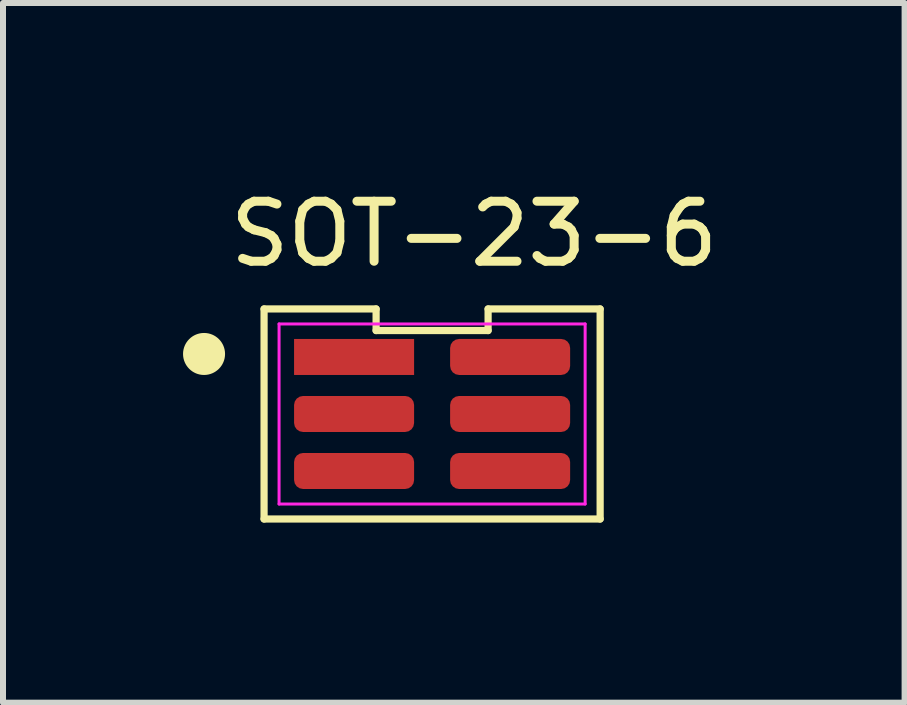
<source format=kicad_pcb>
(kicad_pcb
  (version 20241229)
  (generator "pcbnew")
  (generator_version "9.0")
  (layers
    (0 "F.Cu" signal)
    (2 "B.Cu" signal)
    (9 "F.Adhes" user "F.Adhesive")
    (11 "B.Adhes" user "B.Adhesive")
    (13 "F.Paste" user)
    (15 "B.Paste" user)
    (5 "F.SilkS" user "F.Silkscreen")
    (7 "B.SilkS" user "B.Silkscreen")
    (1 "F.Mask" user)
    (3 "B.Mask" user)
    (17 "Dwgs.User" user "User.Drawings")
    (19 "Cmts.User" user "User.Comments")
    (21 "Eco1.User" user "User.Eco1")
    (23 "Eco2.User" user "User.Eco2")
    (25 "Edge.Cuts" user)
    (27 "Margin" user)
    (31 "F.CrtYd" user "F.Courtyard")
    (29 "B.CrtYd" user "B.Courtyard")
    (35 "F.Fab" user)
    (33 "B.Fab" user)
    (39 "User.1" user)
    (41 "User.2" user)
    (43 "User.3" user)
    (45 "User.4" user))
  (footprint "SOT-23-6"
    (layer "F.Cu")
    (at 4.85 4.348)
    (property "Reference" "SOT-23-6" (at 0 -3.5 0) (layer "F.SilkS") (effects (font (size 1 1) (thickness 0.15))))
    (attr through_hole)
    (fp_line (start -3.5 -2.25) (end -3.5 1.25) (stroke (width 0.12) (type default)) (layer "F.SilkS"))
    (fp_line (start -3.5 1.25) (end 2.1 1.25) (stroke (width 0.12) (type default)) (layer "F.SilkS"))
    (fp_line (start -1.633 -2.25) (end -3.5 -2.25) (stroke (width 0.12) (type default)) (layer "F.SilkS"))
    (fp_line (start -1.633 -1.89) (end -1.633 -2.25) (stroke (width 0.12) (type default)) (layer "F.SilkS"))
    (fp_line (start 0.233 -2.25) (end 0.233 -1.89) (stroke (width 0.12) (type default)) (layer "F.SilkS"))
    (fp_line (start 0.233 -1.89) (end -1.633 -1.89) (stroke (width 0.12) (type default)) (layer "F.SilkS"))
    (fp_line (start 2.1 -2.25) (end 0.233 -2.25) (stroke (width 0.12) (type default)) (layer "F.SilkS"))
    (fp_line (start 2.1 1.25) (end 2.1 -2.25) (stroke (width 0.12) (type default)) (layer "F.SilkS"))
    (fp_circle (center -4.5 -1.5) (end -4.2 -1.5) (stroke (width 0.1) (type solid)) (fill yes) (layer "F.SilkS"))
    (fp_line (start -3.25 -2) (end 1.85 -2) (stroke (width 0.05) (type default)) (layer "F.CrtYd"))
    (fp_line (start -3.25 1) (end -3.25 -2) (stroke (width 0.05) (type default)) (layer "F.CrtYd"))
    (fp_line (start 1.85 -2) (end 1.85 1) (stroke (width 0.05) (type default)) (layer "F.CrtYd"))
    (fp_line (start 1.85 1) (end -3.25 1) (stroke (width 0.05) (type default)) (layer "F.CrtYd"))
    (pad "1" smd rect (at -2 -1.45 270) (size 0.6 2) (layers "F.Cu" "F.Mask" "F.Paste"))
    (pad "2" smd roundrect (at -2 -0.5 270) (size 0.6 2) (layers "F.Cu" "F.Mask" "F.Paste") (roundrect_rratio 0.25))
    (pad "3" smd roundrect (at -2 0.45 270) (size 0.6 2) (layers "F.Cu" "F.Mask" "F.Paste") (roundrect_rratio 0.25))
    (pad "4" smd roundrect (at 0.6 0.45 270) (size 0.6 2) (layers "F.Cu" "F.Mask" "F.Paste") (roundrect_rratio 0.25))
    (pad "5" smd roundrect (at 0.6 -0.5 270) (size 0.6 2) (layers "F.Cu" "F.Mask" "F.Paste") (roundrect_rratio 0.25))
    (pad "6" smd roundrect (at 0.6 -1.45 270) (size 0.6 2) (layers "F.Cu" "F.Mask" "F.Paste") (roundrect_rratio 0.25)))
  (gr_rect
    (start -3 -3)
    (end 12.023 8.658)
    (stroke (width 0.1) (type default))
    (fill no)
    (layer "Edge.Cuts")))
</source>
